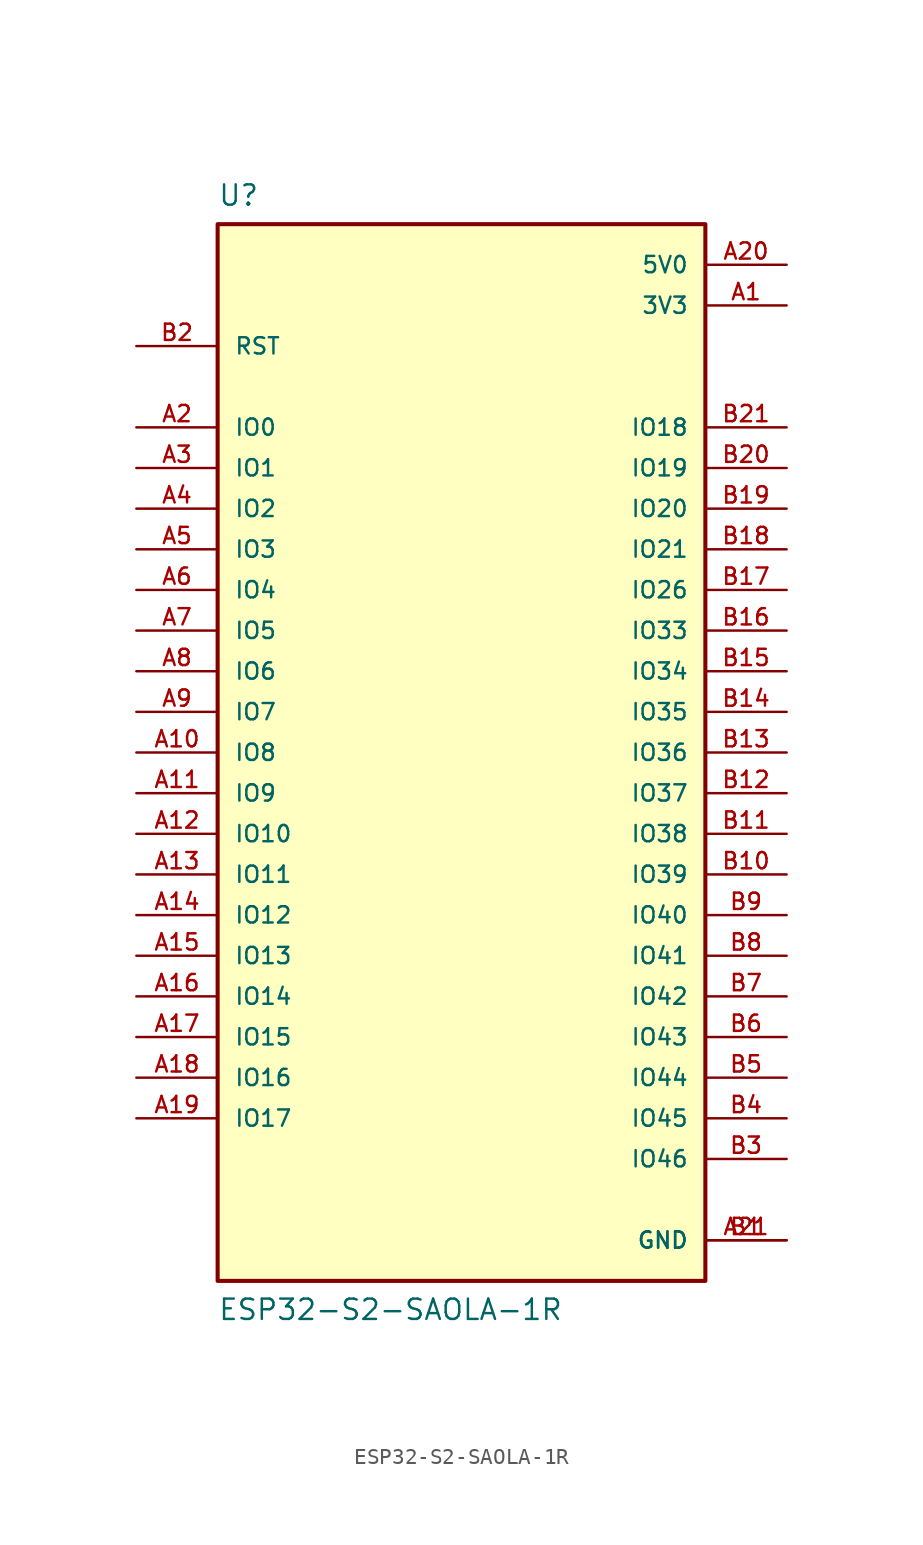
<source format=kicad_sym>
(kicad_symbol_lib
  (version 20211014)
  (generator kicad_symbol_editor)
  (symbol "ESP32-S2-SAOLA-1R"
    (pin_names
      (offset 1.016))
    (property "Reference" "U"
      (at -15.24 35.56 0)
      (effects (font (size 1.27 1.27)) (justify top left)))
    (property "Value" "ESP32-S2-SAOLA-1R"
      (at -15.24 -35.56 0)
      (effects (font (size 1.27 1.27)) (justify bottom left)))
    (symbol "ESP32-S2-SAOLA-1R_0_0"
      (rectangle (start -15.24 -33.02) (end 15.24 33.02) (stroke (width 0.254)) (fill (type background)))
      (pin power_in line (at 20.32 27.94 180.0) (length 5.08) (name "3V3" (effects (font (size 1.016 1.016)))) (number "A1" (effects (font (size 1.016 1.016)))))
      (pin bidirectional line (at -20.32 20.32 0) (length 5.08) (name "IO0" (effects (font (size 1.016 1.016)))) (number "A2" (effects (font (size 1.016 1.016)))))
      (pin bidirectional line (at -20.32 17.78 0) (length 5.08) (name "IO1" (effects (font (size 1.016 1.016)))) (number "A3" (effects (font (size 1.016 1.016)))))
      (pin bidirectional line (at -20.32 15.24 0) (length 5.08) (name "IO2" (effects (font (size 1.016 1.016)))) (number "A4" (effects (font (size 1.016 1.016)))))
      (pin bidirectional line (at -20.32 12.7 0) (length 5.08) (name "IO3" (effects (font (size 1.016 1.016)))) (number "A5" (effects (font (size 1.016 1.016)))))
      (pin bidirectional line (at -20.32 10.16 0) (length 5.08) (name "IO4" (effects (font (size 1.016 1.016)))) (number "A6" (effects (font (size 1.016 1.016)))))
      (pin bidirectional line (at -20.32 7.62 0) (length 5.08) (name "IO5" (effects (font (size 1.016 1.016)))) (number "A7" (effects (font (size 1.016 1.016)))))
      (pin bidirectional line (at -20.32 5.08 0) (length 5.08) (name "IO6" (effects (font (size 1.016 1.016)))) (number "A8" (effects (font (size 1.016 1.016)))))
      (pin bidirectional line (at -20.32 2.54 0) (length 5.08) (name "IO7" (effects (font (size 1.016 1.016)))) (number "A9" (effects (font (size 1.016 1.016)))))
      (pin bidirectional line (at -20.32 0.0 0) (length 5.08) (name "IO8" (effects (font (size 1.016 1.016)))) (number "A10" (effects (font (size 1.016 1.016)))))
      (pin bidirectional line (at -20.32 -2.54 0) (length 5.08) (name "IO9" (effects (font (size 1.016 1.016)))) (number "A11" (effects (font (size 1.016 1.016)))))
      (pin bidirectional line (at -20.32 -5.08 0) (length 5.08) (name "IO10" (effects (font (size 1.016 1.016)))) (number "A12" (effects (font (size 1.016 1.016)))))
      (pin bidirectional line (at -20.32 -7.62 0) (length 5.08) (name "IO11" (effects (font (size 1.016 1.016)))) (number "A13" (effects (font (size 1.016 1.016)))))
      (pin bidirectional line (at -20.32 -10.16 0) (length 5.08) (name "IO12" (effects (font (size 1.016 1.016)))) (number "A14" (effects (font (size 1.016 1.016)))))
      (pin bidirectional line (at -20.32 -12.7 0) (length 5.08) (name "IO13" (effects (font (size 1.016 1.016)))) (number "A15" (effects (font (size 1.016 1.016)))))
      (pin bidirectional line (at -20.32 -15.24 0) (length 5.08) (name "IO14" (effects (font (size 1.016 1.016)))) (number "A16" (effects (font (size 1.016 1.016)))))
      (pin bidirectional line (at -20.32 -17.78 0) (length 5.08) (name "IO15" (effects (font (size 1.016 1.016)))) (number "A17" (effects (font (size 1.016 1.016)))))
      (pin bidirectional line (at -20.32 -20.32 0) (length 5.08) (name "IO16" (effects (font (size 1.016 1.016)))) (number "A18" (effects (font (size 1.016 1.016)))))
      (pin bidirectional line (at -20.32 -22.86 0) (length 5.08) (name "IO17" (effects (font (size 1.016 1.016)))) (number "A19" (effects (font (size 1.016 1.016)))))
      (pin power_in line (at 20.32 30.48 180.0) (length 5.08) (name "5V0" (effects (font (size 1.016 1.016)))) (number "A20" (effects (font (size 1.016 1.016)))))
      (pin power_in line (at 20.32 -30.48 180.0) (length 5.08) (name "GND" (effects (font (size 1.016 1.016)))) (number "A21" (effects (font (size 1.016 1.016)))))
      (pin power_in line (at 20.32 -30.48 180.0) (length 5.08) (name "GND" (effects (font (size 1.016 1.016)))) (number "B1" (effects (font (size 1.016 1.016)))))
      (pin bidirectional line (at 20.32 20.32 180.0) (length 5.08) (name "IO18" (effects (font (size 1.016 1.016)))) (number "B21" (effects (font (size 1.016 1.016)))))
      (pin bidirectional line (at 20.32 17.78 180.0) (length 5.08) (name "IO19" (effects (font (size 1.016 1.016)))) (number "B20" (effects (font (size 1.016 1.016)))))
      (pin bidirectional line (at 20.32 15.24 180.0) (length 5.08) (name "IO20" (effects (font (size 1.016 1.016)))) (number "B19" (effects (font (size 1.016 1.016)))))
      (pin bidirectional line (at 20.32 12.7 180.0) (length 5.08) (name "IO21" (effects (font (size 1.016 1.016)))) (number "B18" (effects (font (size 1.016 1.016)))))
      (pin bidirectional line (at 20.32 10.16 180.0) (length 5.08) (name "IO26" (effects (font (size 1.016 1.016)))) (number "B17" (effects (font (size 1.016 1.016)))))
      (pin bidirectional line (at 20.32 7.62 180.0) (length 5.08) (name "IO33" (effects (font (size 1.016 1.016)))) (number "B16" (effects (font (size 1.016 1.016)))))
      (pin bidirectional line (at 20.32 5.08 180.0) (length 5.08) (name "IO34" (effects (font (size 1.016 1.016)))) (number "B15" (effects (font (size 1.016 1.016)))))
      (pin bidirectional line (at 20.32 2.54 180.0) (length 5.08) (name "IO35" (effects (font (size 1.016 1.016)))) (number "B14" (effects (font (size 1.016 1.016)))))
      (pin bidirectional line (at 20.32 0.0 180.0) (length 5.08) (name "IO36" (effects (font (size 1.016 1.016)))) (number "B13" (effects (font (size 1.016 1.016)))))
      (pin bidirectional line (at 20.32 -5.08 180.0) (length 5.08) (name "IO38" (effects (font (size 1.016 1.016)))) (number "B11" (effects (font (size 1.016 1.016)))))
      (pin bidirectional line (at 20.32 -2.54 180.0) (length 5.08) (name "IO37" (effects (font (size 1.016 1.016)))) (number "B12" (effects (font (size 1.016 1.016)))))
      (pin bidirectional line (at 20.32 -7.62 180.0) (length 5.08) (name "IO39" (effects (font (size 1.016 1.016)))) (number "B10" (effects (font (size 1.016 1.016)))))
      (pin bidirectional line (at 20.32 -10.16 180.0) (length 5.08) (name "IO40" (effects (font (size 1.016 1.016)))) (number "B9" (effects (font (size 1.016 1.016)))))
      (pin bidirectional line (at 20.32 -12.7 180.0) (length 5.08) (name "IO41" (effects (font (size 1.016 1.016)))) (number "B8" (effects (font (size 1.016 1.016)))))
      (pin bidirectional line (at 20.32 -15.24 180.0) (length 5.08) (name "IO42" (effects (font (size 1.016 1.016)))) (number "B7" (effects (font (size 1.016 1.016)))))
      (pin bidirectional line (at 20.32 -20.32 180.0) (length 5.08) (name "IO44" (effects (font (size 1.016 1.016)))) (number "B5" (effects (font (size 1.016 1.016)))))
      (pin bidirectional line (at 20.32 -17.78 180.0) (length 5.08) (name "IO43" (effects (font (size 1.016 1.016)))) (number "B6" (effects (font (size 1.016 1.016)))))
      (pin bidirectional line (at 20.32 -22.86 180.0) (length 5.08) (name "IO45" (effects (font (size 1.016 1.016)))) (number "B4" (effects (font (size 1.016 1.016)))))
      (pin input line (at 20.32 -25.4 180.0) (length 5.08) (name "IO46" (effects (font (size 1.016 1.016)))) (number "B3" (effects (font (size 1.016 1.016)))))
      (pin input line (at -20.32 25.4 0) (length 5.08) (name "RST" (effects (font (size 1.016 1.016)))) (number "B2" (effects (font (size 1.016 1.016))))))))
</source>
